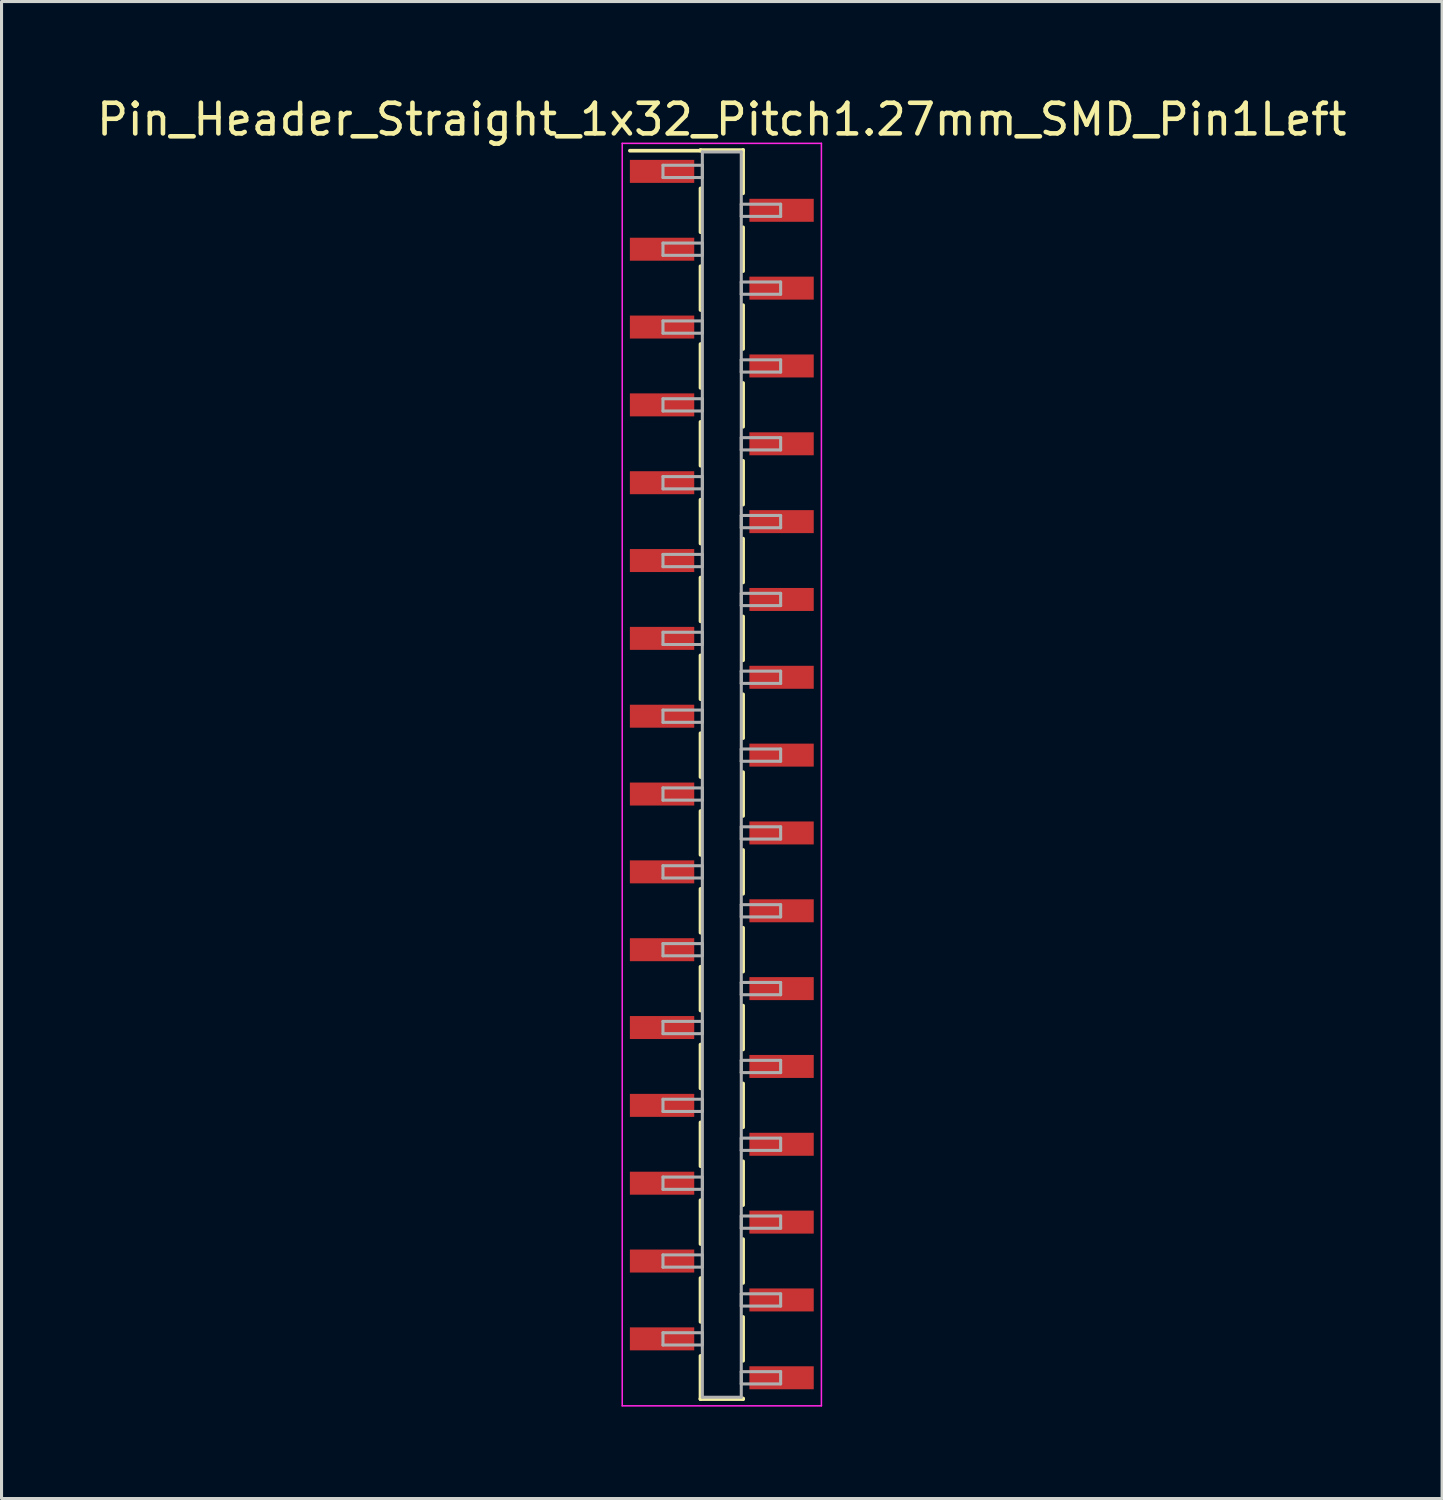
<source format=kicad_pcb>
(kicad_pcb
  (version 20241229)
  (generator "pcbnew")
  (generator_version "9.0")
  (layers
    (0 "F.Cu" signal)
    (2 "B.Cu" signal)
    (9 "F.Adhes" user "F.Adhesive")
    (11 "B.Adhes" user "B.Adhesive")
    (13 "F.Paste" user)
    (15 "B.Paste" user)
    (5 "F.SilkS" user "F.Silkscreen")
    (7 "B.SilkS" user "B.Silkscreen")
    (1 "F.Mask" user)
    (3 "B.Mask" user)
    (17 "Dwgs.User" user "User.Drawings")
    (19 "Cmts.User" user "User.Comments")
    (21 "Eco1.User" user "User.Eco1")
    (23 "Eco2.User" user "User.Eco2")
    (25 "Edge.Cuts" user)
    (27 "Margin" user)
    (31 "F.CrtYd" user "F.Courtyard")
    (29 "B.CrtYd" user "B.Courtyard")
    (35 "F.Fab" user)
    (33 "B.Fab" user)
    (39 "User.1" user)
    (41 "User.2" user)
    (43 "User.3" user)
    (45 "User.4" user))
  (footprint "Pin_Header_Straight_1x32_Pitch1.27mm_SMD_Pin1Left"
    (layer "F.Cu")
    (at 20.506 22.228)
    (property "Reference" "Pin_Header_Straight_1x32_Pitch1.27mm_SMD_Pin1Left" (at 0 -21.38 0) (layer "F.SilkS") (effects (font (size 1 1) (thickness 0.15))))
    (attr smd)
    (fp_line (start -0.695 -20.38) (end 0.695 -20.38) (stroke (width 0.12) (type solid)) (layer "F.SilkS"))
    (fp_line (start -0.695 -20.36) (end -3 -20.36) (stroke (width 0.12) (type solid)) (layer "F.SilkS"))
    (fp_line (start -0.695 -20.36) (end -0.695 -20.38) (stroke (width 0.12) (type solid)) (layer "F.SilkS"))
    (fp_line (start -0.695 -19.13) (end -0.695 -17.7) (stroke (width 0.12) (type solid)) (layer "F.SilkS"))
    (fp_line (start -0.695 -16.59) (end -0.695 -15.16) (stroke (width 0.12) (type solid)) (layer "F.SilkS"))
    (fp_line (start -0.695 -14.05) (end -0.695 -12.62) (stroke (width 0.12) (type solid)) (layer "F.SilkS"))
    (fp_line (start -0.695 -11.51) (end -0.695 -10.08) (stroke (width 0.12) (type solid)) (layer "F.SilkS"))
    (fp_line (start -0.695 -8.97) (end -0.695 -7.54) (stroke (width 0.12) (type solid)) (layer "F.SilkS"))
    (fp_line (start -0.695 -6.43) (end -0.695 -5) (stroke (width 0.12) (type solid)) (layer "F.SilkS"))
    (fp_line (start -0.695 -3.89) (end -0.695 -2.46) (stroke (width 0.12) (type solid)) (layer "F.SilkS"))
    (fp_line (start -0.695 -1.35) (end -0.695 0.08) (stroke (width 0.12) (type solid)) (layer "F.SilkS"))
    (fp_line (start -0.695 1.19) (end -0.695 2.62) (stroke (width 0.12) (type solid)) (layer "F.SilkS"))
    (fp_line (start -0.695 3.73) (end -0.695 5.16) (stroke (width 0.12) (type solid)) (layer "F.SilkS"))
    (fp_line (start -0.695 6.27) (end -0.695 7.7) (stroke (width 0.12) (type solid)) (layer "F.SilkS"))
    (fp_line (start -0.695 8.81) (end -0.695 10.24) (stroke (width 0.12) (type solid)) (layer "F.SilkS"))
    (fp_line (start -0.695 11.35) (end -0.695 12.78) (stroke (width 0.12) (type solid)) (layer "F.SilkS"))
    (fp_line (start -0.695 13.89) (end -0.695 15.32) (stroke (width 0.12) (type solid)) (layer "F.SilkS"))
    (fp_line (start -0.695 16.43) (end -0.695 17.86) (stroke (width 0.12) (type solid)) (layer "F.SilkS"))
    (fp_line (start -0.695 18.97) (end -0.695 20.38) (stroke (width 0.12) (type solid)) (layer "F.SilkS"))
    (fp_line (start -0.695 20.36) (end -0.695 20.38) (stroke (width 0.12) (type solid)) (layer "F.SilkS"))
    (fp_line (start -0.695 20.38) (end 0.695 20.38) (stroke (width 0.12) (type solid)) (layer "F.SilkS"))
    (fp_line (start 0.695 -20.38) (end 0.695 -20.36) (stroke (width 0.12) (type solid)) (layer "F.SilkS"))
    (fp_line (start 0.695 -20.38) (end 0.695 -18.97) (stroke (width 0.12) (type solid)) (layer "F.SilkS"))
    (fp_line (start 0.695 -17.86) (end 0.695 -16.43) (stroke (width 0.12) (type solid)) (layer "F.SilkS"))
    (fp_line (start 0.695 -15.32) (end 0.695 -13.89) (stroke (width 0.12) (type solid)) (layer "F.SilkS"))
    (fp_line (start 0.695 -12.78) (end 0.695 -11.35) (stroke (width 0.12) (type solid)) (layer "F.SilkS"))
    (fp_line (start 0.695 -10.24) (end 0.695 -8.81) (stroke (width 0.12) (type solid)) (layer "F.SilkS"))
    (fp_line (start 0.695 -7.7) (end 0.695 -6.27) (stroke (width 0.12) (type solid)) (layer "F.SilkS"))
    (fp_line (start 0.695 -5.16) (end 0.695 -3.73) (stroke (width 0.12) (type solid)) (layer "F.SilkS"))
    (fp_line (start 0.695 -2.62) (end 0.695 -1.19) (stroke (width 0.12) (type solid)) (layer "F.SilkS"))
    (fp_line (start 0.695 -0.08) (end 0.695 1.35) (stroke (width 0.12) (type solid)) (layer "F.SilkS"))
    (fp_line (start 0.695 2.46) (end 0.695 3.89) (stroke (width 0.12) (type solid)) (layer "F.SilkS"))
    (fp_line (start 0.695 5) (end 0.695 6.43) (stroke (width 0.12) (type solid)) (layer "F.SilkS"))
    (fp_line (start 0.695 7.54) (end 0.695 8.97) (stroke (width 0.12) (type solid)) (layer "F.SilkS"))
    (fp_line (start 0.695 10.08) (end 0.695 11.51) (stroke (width 0.12) (type solid)) (layer "F.SilkS"))
    (fp_line (start 0.695 12.62) (end 0.695 14.05) (stroke (width 0.12) (type solid)) (layer "F.SilkS"))
    (fp_line (start 0.695 15.16) (end 0.695 16.59) (stroke (width 0.12) (type solid)) (layer "F.SilkS"))
    (fp_line (start 0.695 17.7) (end 0.695 19.13) (stroke (width 0.12) (type solid)) (layer "F.SilkS"))
    (fp_line (start 0.695 20.38) (end 0.695 20.36) (stroke (width 0.12) (type solid)) (layer "F.SilkS"))
    (fp_line (start -3.25 -20.6) (end -3.25 20.6) (stroke (width 0.05) (type solid)) (layer "F.CrtYd"))
    (fp_line (start -3.25 20.6) (end 3.25 20.6) (stroke (width 0.05) (type solid)) (layer "F.CrtYd"))
    (fp_line (start 3.25 -20.6) (end -3.25 -20.6) (stroke (width 0.05) (type solid)) (layer "F.CrtYd"))
    (fp_line (start 3.25 20.6) (end 3.25 -20.6) (stroke (width 0.05) (type solid)) (layer "F.CrtYd"))
    (fp_line (start -1.92 -19.885) (end -0.635 -19.885) (stroke (width 0.1) (type solid)) (layer "F.Fab"))
    (fp_line (start -1.92 -19.485) (end -1.92 -19.885) (stroke (width 0.1) (type solid)) (layer "F.Fab"))
    (fp_line (start -1.92 -17.345) (end -0.635 -17.345) (stroke (width 0.1) (type solid)) (layer "F.Fab"))
    (fp_line (start -1.92 -16.945) (end -1.92 -17.345) (stroke (width 0.1) (type solid)) (layer "F.Fab"))
    (fp_line (start -1.92 -14.805) (end -0.635 -14.805) (stroke (width 0.1) (type solid)) (layer "F.Fab"))
    (fp_line (start -1.92 -14.405) (end -1.92 -14.805) (stroke (width 0.1) (type solid)) (layer "F.Fab"))
    (fp_line (start -1.92 -12.265) (end -0.635 -12.265) (stroke (width 0.1) (type solid)) (layer "F.Fab"))
    (fp_line (start -1.92 -11.865) (end -1.92 -12.265) (stroke (width 0.1) (type solid)) (layer "F.Fab"))
    (fp_line (start -1.92 -9.725) (end -0.635 -9.725) (stroke (width 0.1) (type solid)) (layer "F.Fab"))
    (fp_line (start -1.92 -9.325) (end -1.92 -9.725) (stroke (width 0.1) (type solid)) (layer "F.Fab"))
    (fp_line (start -1.92 -7.185) (end -0.635 -7.185) (stroke (width 0.1) (type solid)) (layer "F.Fab"))
    (fp_line (start -1.92 -6.785) (end -1.92 -7.185) (stroke (width 0.1) (type solid)) (layer "F.Fab"))
    (fp_line (start -1.92 -4.645) (end -0.635 -4.645) (stroke (width 0.1) (type solid)) (layer "F.Fab"))
    (fp_line (start -1.92 -4.245) (end -1.92 -4.645) (stroke (width 0.1) (type solid)) (layer "F.Fab"))
    (fp_line (start -1.92 -2.105) (end -0.635 -2.105) (stroke (width 0.1) (type solid)) (layer "F.Fab"))
    (fp_line (start -1.92 -1.705) (end -1.92 -2.105) (stroke (width 0.1) (type solid)) (layer "F.Fab"))
    (fp_line (start -1.92 0.435) (end -0.635 0.435) (stroke (width 0.1) (type solid)) (layer "F.Fab"))
    (fp_line (start -1.92 0.835) (end -1.92 0.435) (stroke (width 0.1) (type solid)) (layer "F.Fab"))
    (fp_line (start -1.92 2.975) (end -0.635 2.975) (stroke (width 0.1) (type solid)) (layer "F.Fab"))
    (fp_line (start -1.92 3.375) (end -1.92 2.975) (stroke (width 0.1) (type solid)) (layer "F.Fab"))
    (fp_line (start -1.92 5.515) (end -0.635 5.515) (stroke (width 0.1) (type solid)) (layer "F.Fab"))
    (fp_line (start -1.92 5.915) (end -1.92 5.515) (stroke (width 0.1) (type solid)) (layer "F.Fab"))
    (fp_line (start -1.92 8.055) (end -0.635 8.055) (stroke (width 0.1) (type solid)) (layer "F.Fab"))
    (fp_line (start -1.92 8.455) (end -1.92 8.055) (stroke (width 0.1) (type solid)) (layer "F.Fab"))
    (fp_line (start -1.92 10.595) (end -0.635 10.595) (stroke (width 0.1) (type solid)) (layer "F.Fab"))
    (fp_line (start -1.92 10.995) (end -1.92 10.595) (stroke (width 0.1) (type solid)) (layer "F.Fab"))
    (fp_line (start -1.92 13.135) (end -0.635 13.135) (stroke (width 0.1) (type solid)) (layer "F.Fab"))
    (fp_line (start -1.92 13.535) (end -1.92 13.135) (stroke (width 0.1) (type solid)) (layer "F.Fab"))
    (fp_line (start -1.92 15.675) (end -0.635 15.675) (stroke (width 0.1) (type solid)) (layer "F.Fab"))
    (fp_line (start -1.92 16.075) (end -1.92 15.675) (stroke (width 0.1) (type solid)) (layer "F.Fab"))
    (fp_line (start -1.92 18.215) (end -0.635 18.215) (stroke (width 0.1) (type solid)) (layer "F.Fab"))
    (fp_line (start -1.92 18.615) (end -1.92 18.215) (stroke (width 0.1) (type solid)) (layer "F.Fab"))
    (fp_line (start -0.635 -20.32) (end -0.635 20.32) (stroke (width 0.1) (type solid)) (layer "F.Fab"))
    (fp_line (start -0.635 -19.885) (end -0.635 -19.485) (stroke (width 0.1) (type solid)) (layer "F.Fab"))
    (fp_line (start -0.635 -19.485) (end -1.92 -19.485) (stroke (width 0.1) (type solid)) (layer "F.Fab"))
    (fp_line (start -0.635 -17.345) (end -0.635 -16.945) (stroke (width 0.1) (type solid)) (layer "F.Fab"))
    (fp_line (start -0.635 -16.945) (end -1.92 -16.945) (stroke (width 0.1) (type solid)) (layer "F.Fab"))
    (fp_line (start -0.635 -14.805) (end -0.635 -14.405) (stroke (width 0.1) (type solid)) (layer "F.Fab"))
    (fp_line (start -0.635 -14.405) (end -1.92 -14.405) (stroke (width 0.1) (type solid)) (layer "F.Fab"))
    (fp_line (start -0.635 -12.265) (end -0.635 -11.865) (stroke (width 0.1) (type solid)) (layer "F.Fab"))
    (fp_line (start -0.635 -11.865) (end -1.92 -11.865) (stroke (width 0.1) (type solid)) (layer "F.Fab"))
    (fp_line (start -0.635 -9.725) (end -0.635 -9.325) (stroke (width 0.1) (type solid)) (layer "F.Fab"))
    (fp_line (start -0.635 -9.325) (end -1.92 -9.325) (stroke (width 0.1) (type solid)) (layer "F.Fab"))
    (fp_line (start -0.635 -7.185) (end -0.635 -6.785) (stroke (width 0.1) (type solid)) (layer "F.Fab"))
    (fp_line (start -0.635 -6.785) (end -1.92 -6.785) (stroke (width 0.1) (type solid)) (layer "F.Fab"))
    (fp_line (start -0.635 -4.645) (end -0.635 -4.245) (stroke (width 0.1) (type solid)) (layer "F.Fab"))
    (fp_line (start -0.635 -4.245) (end -1.92 -4.245) (stroke (width 0.1) (type solid)) (layer "F.Fab"))
    (fp_line (start -0.635 -2.105) (end -0.635 -1.705) (stroke (width 0.1) (type solid)) (layer "F.Fab"))
    (fp_line (start -0.635 -1.705) (end -1.92 -1.705) (stroke (width 0.1) (type solid)) (layer "F.Fab"))
    (fp_line (start -0.635 0.435) (end -0.635 0.835) (stroke (width 0.1) (type solid)) (layer "F.Fab"))
    (fp_line (start -0.635 0.835) (end -1.92 0.835) (stroke (width 0.1) (type solid)) (layer "F.Fab"))
    (fp_line (start -0.635 2.975) (end -0.635 3.375) (stroke (width 0.1) (type solid)) (layer "F.Fab"))
    (fp_line (start -0.635 3.375) (end -1.92 3.375) (stroke (width 0.1) (type solid)) (layer "F.Fab"))
    (fp_line (start -0.635 5.515) (end -0.635 5.915) (stroke (width 0.1) (type solid)) (layer "F.Fab"))
    (fp_line (start -0.635 5.915) (end -1.92 5.915) (stroke (width 0.1) (type solid)) (layer "F.Fab"))
    (fp_line (start -0.635 8.055) (end -0.635 8.455) (stroke (width 0.1) (type solid)) (layer "F.Fab"))
    (fp_line (start -0.635 8.455) (end -1.92 8.455) (stroke (width 0.1) (type solid)) (layer "F.Fab"))
    (fp_line (start -0.635 10.595) (end -0.635 10.995) (stroke (width 0.1) (type solid)) (layer "F.Fab"))
    (fp_line (start -0.635 10.995) (end -1.92 10.995) (stroke (width 0.1) (type solid)) (layer "F.Fab"))
    (fp_line (start -0.635 13.135) (end -0.635 13.535) (stroke (width 0.1) (type solid)) (layer "F.Fab"))
    (fp_line (start -0.635 13.535) (end -1.92 13.535) (stroke (width 0.1) (type solid)) (layer "F.Fab"))
    (fp_line (start -0.635 15.675) (end -0.635 16.075) (stroke (width 0.1) (type solid)) (layer "F.Fab"))
    (fp_line (start -0.635 16.075) (end -1.92 16.075) (stroke (width 0.1) (type solid)) (layer "F.Fab"))
    (fp_line (start -0.635 18.215) (end -0.635 18.615) (stroke (width 0.1) (type solid)) (layer "F.Fab"))
    (fp_line (start -0.635 18.615) (end -1.92 18.615) (stroke (width 0.1) (type solid)) (layer "F.Fab"))
    (fp_line (start -0.635 20.32) (end 0.635 20.32) (stroke (width 0.1) (type solid)) (layer "F.Fab"))
    (fp_line (start 0.635 -20.32) (end -0.635 -20.32) (stroke (width 0.1) (type solid)) (layer "F.Fab"))
    (fp_line (start 0.635 -18.615) (end 0.635 -18.215) (stroke (width 0.1) (type solid)) (layer "F.Fab"))
    (fp_line (start 0.635 -18.215) (end 1.92 -18.215) (stroke (width 0.1) (type solid)) (layer "F.Fab"))
    (fp_line (start 0.635 -16.075) (end 0.635 -15.675) (stroke (width 0.1) (type solid)) (layer "F.Fab"))
    (fp_line (start 0.635 -15.675) (end 1.92 -15.675) (stroke (width 0.1) (type solid)) (layer "F.Fab"))
    (fp_line (start 0.635 -13.535) (end 0.635 -13.135) (stroke (width 0.1) (type solid)) (layer "F.Fab"))
    (fp_line (start 0.635 -13.135) (end 1.92 -13.135) (stroke (width 0.1) (type solid)) (layer "F.Fab"))
    (fp_line (start 0.635 -10.995) (end 0.635 -10.595) (stroke (width 0.1) (type solid)) (layer "F.Fab"))
    (fp_line (start 0.635 -10.595) (end 1.92 -10.595) (stroke (width 0.1) (type solid)) (layer "F.Fab"))
    (fp_line (start 0.635 -8.455) (end 0.635 -8.055) (stroke (width 0.1) (type solid)) (layer "F.Fab"))
    (fp_line (start 0.635 -8.055) (end 1.92 -8.055) (stroke (width 0.1) (type solid)) (layer "F.Fab"))
    (fp_line (start 0.635 -5.915) (end 0.635 -5.515) (stroke (width 0.1) (type solid)) (layer "F.Fab"))
    (fp_line (start 0.635 -5.515) (end 1.92 -5.515) (stroke (width 0.1) (type solid)) (layer "F.Fab"))
    (fp_line (start 0.635 -3.375) (end 0.635 -2.975) (stroke (width 0.1) (type solid)) (layer "F.Fab"))
    (fp_line (start 0.635 -2.975) (end 1.92 -2.975) (stroke (width 0.1) (type solid)) (layer "F.Fab"))
    (fp_line (start 0.635 -0.835) (end 0.635 -0.435) (stroke (width 0.1) (type solid)) (layer "F.Fab"))
    (fp_line (start 0.635 -0.435) (end 1.92 -0.435) (stroke (width 0.1) (type solid)) (layer "F.Fab"))
    (fp_line (start 0.635 1.705) (end 0.635 2.105) (stroke (width 0.1) (type solid)) (layer "F.Fab"))
    (fp_line (start 0.635 2.105) (end 1.92 2.105) (stroke (width 0.1) (type solid)) (layer "F.Fab"))
    (fp_line (start 0.635 4.245) (end 0.635 4.645) (stroke (width 0.1) (type solid)) (layer "F.Fab"))
    (fp_line (start 0.635 4.645) (end 1.92 4.645) (stroke (width 0.1) (type solid)) (layer "F.Fab"))
    (fp_line (start 0.635 6.785) (end 0.635 7.185) (stroke (width 0.1) (type solid)) (layer "F.Fab"))
    (fp_line (start 0.635 7.185) (end 1.92 7.185) (stroke (width 0.1) (type solid)) (layer "F.Fab"))
    (fp_line (start 0.635 9.325) (end 0.635 9.725) (stroke (width 0.1) (type solid)) (layer "F.Fab"))
    (fp_line (start 0.635 9.725) (end 1.92 9.725) (stroke (width 0.1) (type solid)) (layer "F.Fab"))
    (fp_line (start 0.635 11.865) (end 0.635 12.265) (stroke (width 0.1) (type solid)) (layer "F.Fab"))
    (fp_line (start 0.635 12.265) (end 1.92 12.265) (stroke (width 0.1) (type solid)) (layer "F.Fab"))
    (fp_line (start 0.635 14.405) (end 0.635 14.805) (stroke (width 0.1) (type solid)) (layer "F.Fab"))
    (fp_line (start 0.635 14.805) (end 1.92 14.805) (stroke (width 0.1) (type solid)) (layer "F.Fab"))
    (fp_line (start 0.635 16.945) (end 0.635 17.345) (stroke (width 0.1) (type solid)) (layer "F.Fab"))
    (fp_line (start 0.635 17.345) (end 1.92 17.345) (stroke (width 0.1) (type solid)) (layer "F.Fab"))
    (fp_line (start 0.635 19.485) (end 0.635 19.885) (stroke (width 0.1) (type solid)) (layer "F.Fab"))
    (fp_line (start 0.635 19.885) (end 1.92 19.885) (stroke (width 0.1) (type solid)) (layer "F.Fab"))
    (fp_line (start 0.635 20.32) (end 0.635 -20.32) (stroke (width 0.1) (type solid)) (layer "F.Fab"))
    (fp_line (start 1.92 -18.615) (end 0.635 -18.615) (stroke (width 0.1) (type solid)) (layer "F.Fab"))
    (fp_line (start 1.92 -18.215) (end 1.92 -18.615) (stroke (width 0.1) (type solid)) (layer "F.Fab"))
    (fp_line (start 1.92 -16.075) (end 0.635 -16.075) (stroke (width 0.1) (type solid)) (layer "F.Fab"))
    (fp_line (start 1.92 -15.675) (end 1.92 -16.075) (stroke (width 0.1) (type solid)) (layer "F.Fab"))
    (fp_line (start 1.92 -13.535) (end 0.635 -13.535) (stroke (width 0.1) (type solid)) (layer "F.Fab"))
    (fp_line (start 1.92 -13.135) (end 1.92 -13.535) (stroke (width 0.1) (type solid)) (layer "F.Fab"))
    (fp_line (start 1.92 -10.995) (end 0.635 -10.995) (stroke (width 0.1) (type solid)) (layer "F.Fab"))
    (fp_line (start 1.92 -10.595) (end 1.92 -10.995) (stroke (width 0.1) (type solid)) (layer "F.Fab"))
    (fp_line (start 1.92 -8.455) (end 0.635 -8.455) (stroke (width 0.1) (type solid)) (layer "F.Fab"))
    (fp_line (start 1.92 -8.055) (end 1.92 -8.455) (stroke (width 0.1) (type solid)) (layer "F.Fab"))
    (fp_line (start 1.92 -5.915) (end 0.635 -5.915) (stroke (width 0.1) (type solid)) (layer "F.Fab"))
    (fp_line (start 1.92 -5.515) (end 1.92 -5.915) (stroke (width 0.1) (type solid)) (layer "F.Fab"))
    (fp_line (start 1.92 -3.375) (end 0.635 -3.375) (stroke (width 0.1) (type solid)) (layer "F.Fab"))
    (fp_line (start 1.92 -2.975) (end 1.92 -3.375) (stroke (width 0.1) (type solid)) (layer "F.Fab"))
    (fp_line (start 1.92 -0.835) (end 0.635 -0.835) (stroke (width 0.1) (type solid)) (layer "F.Fab"))
    (fp_line (start 1.92 -0.435) (end 1.92 -0.835) (stroke (width 0.1) (type solid)) (layer "F.Fab"))
    (fp_line (start 1.92 1.705) (end 0.635 1.705) (stroke (width 0.1) (type solid)) (layer "F.Fab"))
    (fp_line (start 1.92 2.105) (end 1.92 1.705) (stroke (width 0.1) (type solid)) (layer "F.Fab"))
    (fp_line (start 1.92 4.245) (end 0.635 4.245) (stroke (width 0.1) (type solid)) (layer "F.Fab"))
    (fp_line (start 1.92 4.645) (end 1.92 4.245) (stroke (width 0.1) (type solid)) (layer "F.Fab"))
    (fp_line (start 1.92 6.785) (end 0.635 6.785) (stroke (width 0.1) (type solid)) (layer "F.Fab"))
    (fp_line (start 1.92 7.185) (end 1.92 6.785) (stroke (width 0.1) (type solid)) (layer "F.Fab"))
    (fp_line (start 1.92 9.325) (end 0.635 9.325) (stroke (width 0.1) (type solid)) (layer "F.Fab"))
    (fp_line (start 1.92 9.725) (end 1.92 9.325) (stroke (width 0.1) (type solid)) (layer "F.Fab"))
    (fp_line (start 1.92 11.865) (end 0.635 11.865) (stroke (width 0.1) (type solid)) (layer "F.Fab"))
    (fp_line (start 1.92 12.265) (end 1.92 11.865) (stroke (width 0.1) (type solid)) (layer "F.Fab"))
    (fp_line (start 1.92 14.405) (end 0.635 14.405) (stroke (width 0.1) (type solid)) (layer "F.Fab"))
    (fp_line (start 1.92 14.805) (end 1.92 14.405) (stroke (width 0.1) (type solid)) (layer "F.Fab"))
    (fp_line (start 1.92 16.945) (end 0.635 16.945) (stroke (width 0.1) (type solid)) (layer "F.Fab"))
    (fp_line (start 1.92 17.345) (end 1.92 16.945) (stroke (width 0.1) (type solid)) (layer "F.Fab"))
    (fp_line (start 1.92 19.485) (end 0.635 19.485) (stroke (width 0.1) (type solid)) (layer "F.Fab"))
    (fp_line (start 1.92 19.885) (end 1.92 19.485) (stroke (width 0.1) (type solid)) (layer "F.Fab"))
    (pad "1" smd rect (at -1.95 -19.685) (size 2.1 0.75) (layers "F.Cu" "F.Mask"))
    (pad "2" smd rect (at 1.95 -18.415) (size 2.1 0.75) (layers "F.Cu" "F.Mask"))
    (pad "3" smd rect (at -1.95 -17.145) (size 2.1 0.75) (layers "F.Cu" "F.Mask"))
    (pad "4" smd rect (at 1.95 -15.875) (size 2.1 0.75) (layers "F.Cu" "F.Mask"))
    (pad "5" smd rect (at -1.95 -14.605) (size 2.1 0.75) (layers "F.Cu" "F.Mask"))
    (pad "6" smd rect (at 1.95 -13.335) (size 2.1 0.75) (layers "F.Cu" "F.Mask"))
    (pad "7" smd rect (at -1.95 -12.065) (size 2.1 0.75) (layers "F.Cu" "F.Mask"))
    (pad "8" smd rect (at 1.95 -10.795) (size 2.1 0.75) (layers "F.Cu" "F.Mask"))
    (pad "9" smd rect (at -1.95 -9.525) (size 2.1 0.75) (layers "F.Cu" "F.Mask"))
    (pad "10" smd rect (at 1.95 -8.255) (size 2.1 0.75) (layers "F.Cu" "F.Mask"))
    (pad "11" smd rect (at -1.95 -6.985) (size 2.1 0.75) (layers "F.Cu" "F.Mask"))
    (pad "12" smd rect (at 1.95 -5.715) (size 2.1 0.75) (layers "F.Cu" "F.Mask"))
    (pad "13" smd rect (at -1.95 -4.445) (size 2.1 0.75) (layers "F.Cu" "F.Mask"))
    (pad "14" smd rect (at 1.95 -3.175) (size 2.1 0.75) (layers "F.Cu" "F.Mask"))
    (pad "15" smd rect (at -1.95 -1.905) (size 2.1 0.75) (layers "F.Cu" "F.Mask"))
    (pad "16" smd rect (at 1.95 -0.635) (size 2.1 0.75) (layers "F.Cu" "F.Mask"))
    (pad "17" smd rect (at -1.95 0.635) (size 2.1 0.75) (layers "F.Cu" "F.Mask"))
    (pad "18" smd rect (at 1.95 1.905) (size 2.1 0.75) (layers "F.Cu" "F.Mask"))
    (pad "19" smd rect (at -1.95 3.175) (size 2.1 0.75) (layers "F.Cu" "F.Mask"))
    (pad "20" smd rect (at 1.95 4.445) (size 2.1 0.75) (layers "F.Cu" "F.Mask"))
    (pad "21" smd rect (at -1.95 5.715) (size 2.1 0.75) (layers "F.Cu" "F.Mask"))
    (pad "22" smd rect (at 1.95 6.985) (size 2.1 0.75) (layers "F.Cu" "F.Mask"))
    (pad "23" smd rect (at -1.95 8.255) (size 2.1 0.75) (layers "F.Cu" "F.Mask"))
    (pad "24" smd rect (at 1.95 9.525) (size 2.1 0.75) (layers "F.Cu" "F.Mask"))
    (pad "25" smd rect (at -1.95 10.795) (size 2.1 0.75) (layers "F.Cu" "F.Mask"))
    (pad "26" smd rect (at 1.95 12.065) (size 2.1 0.75) (layers "F.Cu" "F.Mask"))
    (pad "27" smd rect (at -1.95 13.335) (size 2.1 0.75) (layers "F.Cu" "F.Mask"))
    (pad "28" smd rect (at 1.95 14.605) (size 2.1 0.75) (layers "F.Cu" "F.Mask"))
    (pad "29" smd rect (at -1.95 15.875) (size 2.1 0.75) (layers "F.Cu" "F.Mask"))
    (pad "30" smd rect (at 1.95 17.145) (size 2.1 0.75) (layers "F.Cu" "F.Mask"))
    (pad "31" smd rect (at -1.95 18.415) (size 2.1 0.75) (layers "F.Cu" "F.Mask"))
    (pad "32" smd rect (at 1.95 19.685) (size 2.1 0.75) (layers "F.Cu" "F.Mask")))
  (gr_rect
    (start -3 -3)
    (end 44.012 45.853)
    (stroke (width 0.1) (type default))
    (fill no)
    (layer "Edge.Cuts")))
</source>
